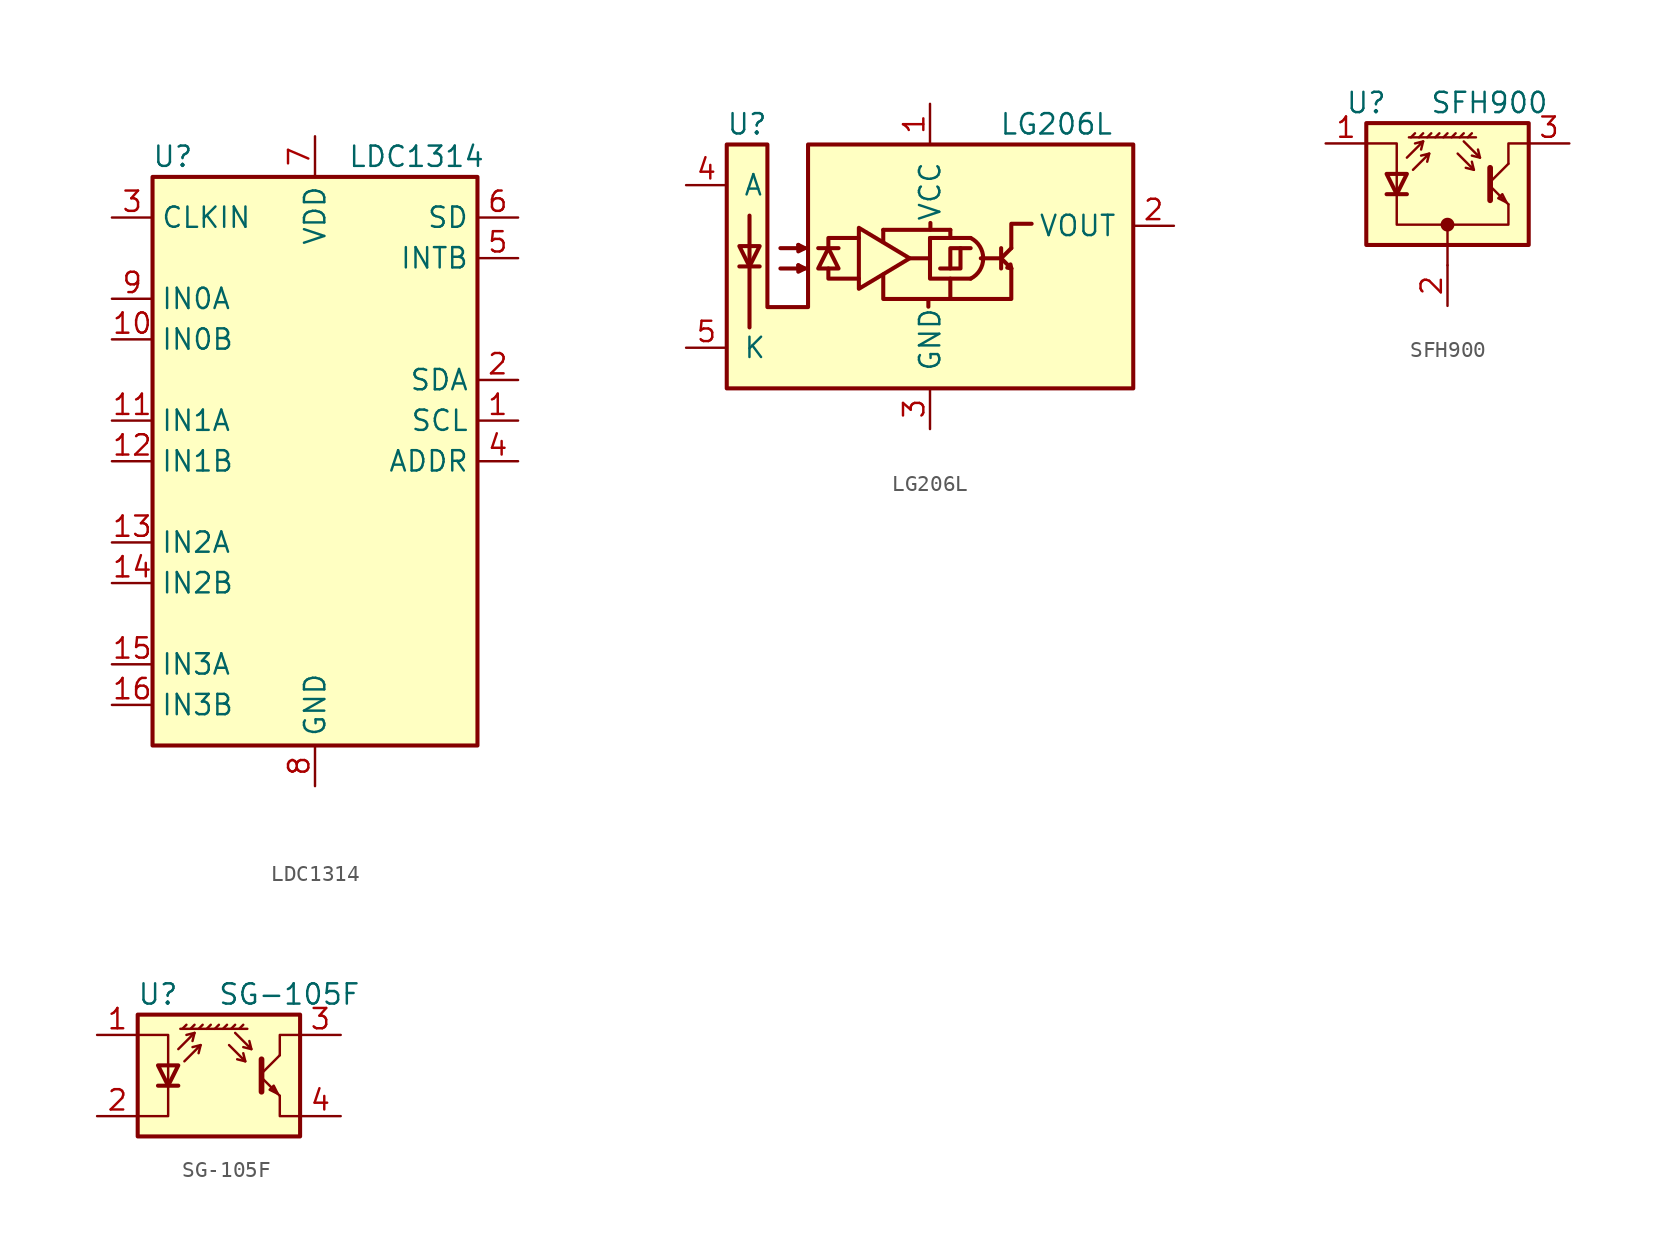
<source format=kicad_sym>
(kicad_symbol_lib
  (version 20211014)
  (generator kicad_symbol_editor)
  (symbol "LDC1314"
    (property "Reference" "U"
      (at -8.89 19.05 0)
      (effects (font (size 1.27 1.27))))
    (property "Value" "LDC1314"
      (at 6.35 19.05 0)
      (effects (font (size 1.27 1.27))))
    (symbol "LDC1314_0_1"
      (rectangle (start -10.16 -17.78) (end 10.16 17.78) (stroke (width 0.254) (type default) (color 0 0 0 0)) (fill (type background))))
    (symbol "LDC1314_1_1"
      (pin input line (at 12.7 2.54 180) (length 2.54) (name "SCL" (effects (font (size 1.27 1.27)))) (number "1" (effects (font (size 1.27 1.27)))))
      (pin input line (at -12.7 7.62 0) (length 2.54) (name "IN0B" (effects (font (size 1.27 1.27)))) (number "10" (effects (font (size 1.27 1.27)))))
      (pin input line (at -12.7 2.54 0) (length 2.54) (name "IN1A" (effects (font (size 1.27 1.27)))) (number "11" (effects (font (size 1.27 1.27)))))
      (pin input line (at -12.7 0 0) (length 2.54) (name "IN1B" (effects (font (size 1.27 1.27)))) (number "12" (effects (font (size 1.27 1.27)))))
      (pin input line (at -12.7 -5.08 0) (length 2.54) (name "IN2A" (effects (font (size 1.27 1.27)))) (number "13" (effects (font (size 1.27 1.27)))))
      (pin input line (at -12.7 -7.62 0) (length 2.54) (name "IN2B" (effects (font (size 1.27 1.27)))) (number "14" (effects (font (size 1.27 1.27)))))
      (pin input line (at -12.7 -12.7 0) (length 2.54) (name "IN3A" (effects (font (size 1.27 1.27)))) (number "15" (effects (font (size 1.27 1.27)))))
      (pin input line (at -12.7 -15.24 0) (length 2.54) (name "IN3B" (effects (font (size 1.27 1.27)))) (number "16" (effects (font (size 1.27 1.27)))))
      (pin passive line (at 0 -20.32 90) (length 2.54) hide (name "GND" (effects (font (size 1.27 1.27)))) (number "17" (effects (font (size 1.27 1.27)))))
      (pin bidirectional line (at 12.7 5.08 180) (length 2.54) (name "SDA" (effects (font (size 1.27 1.27)))) (number "2" (effects (font (size 1.27 1.27)))))
      (pin input line (at -12.7 15.24 0) (length 2.54) (name "CLKIN" (effects (font (size 1.27 1.27)))) (number "3" (effects (font (size 1.27 1.27)))))
      (pin input line (at 12.7 0 180) (length 2.54) (name "ADDR" (effects (font (size 1.27 1.27)))) (number "4" (effects (font (size 1.27 1.27)))))
      (pin open_collector line (at 12.7 12.7 180) (length 2.54) (name "INTB" (effects (font (size 1.27 1.27)))) (number "5" (effects (font (size 1.27 1.27)))))
      (pin input line (at 12.7 15.24 180) (length 2.54) (name "SD" (effects (font (size 1.27 1.27)))) (number "6" (effects (font (size 1.27 1.27)))))
      (pin power_in line (at 0 20.32 270) (length 2.54) (name "VDD" (effects (font (size 1.27 1.27)))) (number "7" (effects (font (size 1.27 1.27)))))
      (pin power_in line (at 0 -20.32 90) (length 2.54) (name "GND" (effects (font (size 1.27 1.27)))) (number "8" (effects (font (size 1.27 1.27)))))
      (pin input line (at -12.7 10.16 0) (length 2.54) (name "IN0A" (effects (font (size 1.27 1.27)))) (number "9" (effects (font (size 1.27 1.27)))))))
  (symbol "LG206L"
    (pin_names
      (offset 1.016))
    (property "Reference" "U"
      (at -11.43 8.89 0)
      (effects (font (size 1.27 1.27))))
    (property "Value" "LG206L"
      (at 4.318 8.89 0)
      (effects (font (size 1.27 1.27)) (justify left)))
    (symbol "LG206L_0_1"
      (polyline (pts (xy -11.913 0) (xy -10.643 0)) (stroke (width 0.254) (type default) (color 0 0 0 0)) (fill (type none)))
      (polyline (pts (xy -11.278 -3.81) (xy -11.278 3.175)) (stroke (width 0.254) (type default) (color 0 0 0 0)) (fill (type none)))
      (polyline (pts (xy -6.985 1.143) (xy -5.715 1.143)) (stroke (width 0.254) (type default) (color 0 0 0 0)) (fill (type none)))
      (polyline (pts (xy -2.921 1.524) (xy -2.921 2.286)) (stroke (width 0.254) (type default) (color 0 0 0 0)) (fill (type none)))
      (polyline (pts (xy -2.921 2.286) (xy 1.27 2.286)) (stroke (width 0.254) (type default) (color 0 0 0 0)) (fill (type none)))
      (polyline (pts (xy -1.27 0.508) (xy 0 0.508)) (stroke (width 0.254) (type default) (color 0 0 0 0)) (fill (type none)))
      (polyline (pts (xy -0.102 -2.515) (xy -0.102 -2.083)) (stroke (width 0.254) (type default) (color 0 0 0 0)) (fill (type none)))
      (polyline (pts (xy 0 1.778) (xy 2.54 1.778)) (stroke (width 0.254) (type default) (color 0 0 0 0)) (fill (type none)))
      (polyline (pts (xy 0.025 2.311) (xy 0.025 2.718)) (stroke (width 0.254) (type default) (color 0 0 0 0)) (fill (type none)))
      (polyline (pts (xy 1.27 1.93) (xy 1.27 2.286)) (stroke (width 0.254) (type default) (color 0 0 0 0)) (fill (type none)))
      (polyline (pts (xy 3.175 0.508) (xy 4.445 0.508)) (stroke (width 0.254) (type default) (color 0 0 0 0)) (fill (type none)))
      (polyline (pts (xy 4.445 0.508) (xy 5.08 -0.127)) (stroke (width 0.254) (type default) (color 0 0 0 0)) (fill (type none)))
      (polyline (pts (xy 4.445 0.508) (xy 5.08 1.143)) (stroke (width 0.254) (type default) (color 0 0 0 0)) (fill (type none)))
      (polyline (pts (xy 4.445 1.143) (xy 4.445 -0.127)) (stroke (width 0.254) (type default) (color 0 0 0 0)) (fill (type none)))
      (polyline (pts (xy -9.347 -0.127) (xy -7.823 -0.127) (xy -8.23 0.076)) (stroke (width 0.254) (type default) (color 0 0 0 0)) (fill (type none)))
      (polyline (pts (xy -9.347 1.143) (xy -7.823 1.143) (xy -8.23 1.346)) (stroke (width 0.254) (type default) (color 0 0 0 0)) (fill (type none)))
      (polyline (pts (xy -8.23 0.076) (xy -8.23 -0.33) (xy -7.823 -0.127)) (stroke (width 0.254) (type default) (color 0 0 0 0)) (fill (type none)))
      (polyline (pts (xy -8.23 1.346) (xy -8.23 0.94) (xy -7.823 1.143)) (stroke (width 0.254) (type default) (color 0 0 0 0)) (fill (type none)))
      (polyline (pts (xy -6.35 -0.127) (xy -6.35 -0.762) (xy -4.445 -0.762)) (stroke (width 0.254) (type default) (color 0 0 0 0)) (fill (type none)))
      (polyline (pts (xy -6.35 1.143) (xy -6.35 1.778) (xy -4.445 1.778)) (stroke (width 0.254) (type default) (color 0 0 0 0)) (fill (type none)))
      (polyline (pts (xy 0 1.778) (xy 0 -0.762) (xy 2.54 -0.762)) (stroke (width 0.254) (type default) (color 0 0 0 0)) (fill (type none)))
      (polyline (pts (xy 1.27 -2.032) (xy -2.921 -2.032) (xy -2.921 -0.508)) (stroke (width 0.254) (type default) (color 0 0 0 0)) (fill (type none)))
      (polyline (pts (xy 1.905 1.143) (xy 1.27 1.143) (xy 1.27 -0.127)) (stroke (width 0.254) (type default) (color 0 0 0 0)) (fill (type none)))
      (polyline (pts (xy 5.08 1.143) (xy 5.08 2.667) (xy 6.35 2.667)) (stroke (width 0.254) (type default) (color 0 0 0 0)) (fill (type none)))
      (polyline (pts (xy -11.913 1.27) (xy -10.643 1.27) (xy -11.278 0) (xy -11.913 1.27)) (stroke (width 0.254) (type default) (color 0 0 0 0)) (fill (type none)))
      (polyline (pts (xy -6.985 -0.127) (xy -5.715 -0.127) (xy -6.35 1.143) (xy -6.985 -0.127)) (stroke (width 0.254) (type default) (color 0 0 0 0)) (fill (type none)))
      (polyline (pts (xy -4.445 2.413) (xy -4.445 -1.397) (xy -1.27 0.508) (xy -4.445 2.413)) (stroke (width 0.254) (type default) (color 0 0 0 0)) (fill (type none)))
      (polyline (pts (xy 0.635 -0.127) (xy 1.905 -0.127) (xy 1.905 1.143) (xy 2.54 1.143)) (stroke (width 0.254) (type default) (color 0 0 0 0)) (fill (type none)))
      (polyline (pts (xy 1.27 -0.762) (xy 1.27 -2.032) (xy 5.08 -2.032) (xy 5.08 -0.127)) (stroke (width 0.254) (type default) (color 0 0 0 0)) (fill (type none)))
      (polyline (pts (xy 5.08 -0.127) (xy 4.826 -0.076) (xy 5.029 0.127) (xy 5.08 -0.127)) (stroke (width 0.254) (type default) (color 0 0 0 0)) (fill (type none)))
      (polyline (pts (xy -12.7 -7.62) (xy 12.7 -7.62) (xy 12.7 7.62) (xy -7.62 7.62) (xy -7.62 -2.54) (xy -10.16 -2.54) (xy -10.16 7.62) (xy -12.7 7.62) (xy -12.7 -7.62)) (stroke (width 0.254) (type default) (color 0 0 0 0)) (fill (type background)))
      (arc (start 2.54 -0.762) (mid 3.3249 0.508) (end 2.54 1.778) (stroke (width 0.254) (type default) (color 0 0 0 0)) (fill (type none))))
    (symbol "LG206L_1_1"
      (pin power_in line (at 0 10.16 270) (length 2.54) (name "VCC" (effects (font (size 1.27 1.27)))) (number "1" (effects (font (size 1.27 1.27)))))
      (pin open_collector line (at 15.24 2.54 180) (length 2.54) (name "VOUT" (effects (font (size 1.27 1.27)))) (number "2" (effects (font (size 1.27 1.27)))))
      (pin power_in line (at 0 -10.16 90) (length 2.54) (name "GND" (effects (font (size 1.27 1.27)))) (number "3" (effects (font (size 1.27 1.27)))))
      (pin passive line (at -15.24 5.08 0) (length 2.54) (name "A" (effects (font (size 1.27 1.27)))) (number "4" (effects (font (size 1.27 1.27)))))
      (pin passive line (at -15.24 -5.08 0) (length 2.54) (name "K" (effects (font (size 1.27 1.27)))) (number "5" (effects (font (size 1.27 1.27)))))))
  (symbol "SFH900"
    (pin_names
      (offset 1.016) hide)
    (property "Reference" "U"
      (at -5.08 5.08 0)
      (effects (font (size 1.27 1.27))))
    (property "Value" "SFH900"
      (at 6.35 5.08 0)
      (effects (font (size 1.27 1.27)) (justify right)))
    (symbol "SFH900_0_1"
      (circle (center 0 -2.54) (radius 0.356) (stroke (width 0) (type default) (color 0 0 0 0)) (fill (type outline)))
      (polyline (pts (xy -3.81 -0.635) (xy -2.54 -0.635)) (stroke (width 0.254) (type default) (color 0 0 0 0)) (fill (type none)))
      (polyline (pts (xy -2.286 2.921) (xy -2.032 3.175)) (stroke (width 0) (type default) (color 0 0 0 0)) (fill (type none)))
      (polyline (pts (xy -1.778 2.921) (xy -1.524 3.175)) (stroke (width 0) (type default) (color 0 0 0 0)) (fill (type none)))
      (polyline (pts (xy -1.524 2.667) (xy -1.651 2.159)) (stroke (width 0) (type default) (color 0 0 0 0)) (fill (type none)))
      (polyline (pts (xy -1.27 2.921) (xy -1.016 3.175)) (stroke (width 0) (type default) (color 0 0 0 0)) (fill (type none)))
      (polyline (pts (xy -1.143 1.905) (xy -1.27 1.397)) (stroke (width 0) (type default) (color 0 0 0 0)) (fill (type none)))
      (polyline (pts (xy -0.762 2.921) (xy -0.508 3.175)) (stroke (width 0) (type default) (color 0 0 0 0)) (fill (type none)))
      (polyline (pts (xy -0.254 2.921) (xy 0 3.175)) (stroke (width 0) (type default) (color 0 0 0 0)) (fill (type none)))
      (polyline (pts (xy 0 -2.54) (xy 0 -5.08)) (stroke (width 0) (type default) (color 0 0 0 0)) (fill (type none)))
      (polyline (pts (xy 0.254 2.921) (xy 0.508 3.175)) (stroke (width 0) (type default) (color 0 0 0 0)) (fill (type none)))
      (polyline (pts (xy 0.762 2.921) (xy 1.016 3.175)) (stroke (width 0) (type default) (color 0 0 0 0)) (fill (type none)))
      (polyline (pts (xy 1.27 2.921) (xy 1.524 3.175)) (stroke (width 0) (type default) (color 0 0 0 0)) (fill (type none)))
      (polyline (pts (xy 1.651 0.889) (xy 1.143 1.016)) (stroke (width 0) (type default) (color 0 0 0 0)) (fill (type none)))
      (polyline (pts (xy 1.778 2.921) (xy -2.413 2.921)) (stroke (width 0) (type default) (color 0 0 0 0)) (fill (type none)))
      (polyline (pts (xy 2.032 1.651) (xy 1.524 1.778)) (stroke (width 0) (type default) (color 0 0 0 0)) (fill (type none)))
      (polyline (pts (xy 2.667 -0.127) (xy 3.81 -1.27)) (stroke (width 0) (type default) (color 0 0 0 0)) (fill (type none)))
      (polyline (pts (xy 2.667 0.127) (xy 3.81 1.27)) (stroke (width 0) (type default) (color 0 0 0 0)) (fill (type none)))
      (polyline (pts (xy -2.54 1.651) (xy -1.524 2.667) (xy -2.032 2.54)) (stroke (width 0) (type default) (color 0 0 0 0)) (fill (type none)))
      (polyline (pts (xy -2.159 0.889) (xy -1.143 1.905) (xy -1.651 1.778)) (stroke (width 0) (type default) (color 0 0 0 0)) (fill (type none)))
      (polyline (pts (xy 0.635 1.905) (xy 1.651 0.889) (xy 1.524 1.397)) (stroke (width 0) (type default) (color 0 0 0 0)) (fill (type none)))
      (polyline (pts (xy 1.016 2.667) (xy 2.032 1.651) (xy 1.905 2.159)) (stroke (width 0) (type default) (color 0 0 0 0)) (fill (type none)))
      (polyline (pts (xy 2.667 1.016) (xy 2.667 -1.016) (xy 2.667 -1.016)) (stroke (width 0.356) (type default) (color 0 0 0 0)) (fill (type none)))
      (polyline (pts (xy 3.81 1.27) (xy 3.81 2.54) (xy 5.08 2.54)) (stroke (width 0) (type default) (color 0 0 0 0)) (fill (type none)))
      (polyline (pts (xy -3.175 -0.635) (xy -3.81 0.635) (xy -2.54 0.635) (xy -3.175 -0.635)) (stroke (width 0.254) (type default) (color 0 0 0 0)) (fill (type none)))
      (polyline (pts (xy 3.683 -1.143) (xy 3.429 -0.635) (xy 3.175 -0.889) (xy 3.683 -1.143)) (stroke (width 0) (type default) (color 0 0 0 0)) (fill (type none)))
      (polyline (pts (xy -5.08 -3.81) (xy 5.08 -3.81) (xy 5.08 3.81) (xy -5.08 3.81) (xy -5.08 -3.81)) (stroke (width 0.254) (type default) (color 0 0 0 0)) (fill (type background)))
      (polyline (pts (xy -5.08 2.54) (xy -3.175 2.54) (xy -3.175 -2.54) (xy 3.81 -2.54) (xy 3.81 -1.27)) (stroke (width 0) (type default) (color 0 0 0 0)) (fill (type none))))
    (symbol "SFH900_1_1"
      (pin passive line (at -7.62 2.54 0) (length 2.54) (name "A" (effects (font (size 1.27 1.27)))) (number "1" (effects (font (size 1.27 1.27)))))
      (pin passive line (at 0 -7.62 90) (length 2.54) (name "K" (effects (font (size 1.27 1.27)))) (number "2" (effects (font (size 1.27 1.27)))))
      (pin open_collector line (at 7.62 2.54 180) (length 2.54) (name "C" (effects (font (size 1.27 1.27)))) (number "3" (effects (font (size 1.27 1.27)))))))
  (symbol "SG-105F"
    (pin_names
      (offset 1.016) hide)
    (property "Reference" "U"
      (at -3.81 5.08 0)
      (effects (font (size 1.27 1.27))))
    (property "Value" "SG-105F"
      (at 8.89 5.08 0)
      (effects (font (size 1.27 1.27)) (justify right)))
    (symbol "SG-105F_0_1"
      (polyline (pts (xy -3.81 -0.635) (xy -2.54 -0.635)) (stroke (width 0.254) (type default) (color 0 0 0 0)) (fill (type none)))
      (polyline (pts (xy -2.286 2.921) (xy -2.032 3.175)) (stroke (width 0) (type default) (color 0 0 0 0)) (fill (type none)))
      (polyline (pts (xy -1.778 2.921) (xy -1.524 3.175)) (stroke (width 0) (type default) (color 0 0 0 0)) (fill (type none)))
      (polyline (pts (xy -1.524 2.667) (xy -1.651 2.159)) (stroke (width 0) (type default) (color 0 0 0 0)) (fill (type none)))
      (polyline (pts (xy -1.27 2.921) (xy -1.016 3.175)) (stroke (width 0) (type default) (color 0 0 0 0)) (fill (type none)))
      (polyline (pts (xy -1.143 1.905) (xy -1.27 1.397)) (stroke (width 0) (type default) (color 0 0 0 0)) (fill (type none)))
      (polyline (pts (xy -0.762 2.921) (xy -0.508 3.175)) (stroke (width 0) (type default) (color 0 0 0 0)) (fill (type none)))
      (polyline (pts (xy -0.254 2.921) (xy 0 3.175)) (stroke (width 0) (type default) (color 0 0 0 0)) (fill (type none)))
      (polyline (pts (xy 0.254 2.921) (xy 0.508 3.175)) (stroke (width 0) (type default) (color 0 0 0 0)) (fill (type none)))
      (polyline (pts (xy 0.762 2.921) (xy 1.016 3.175)) (stroke (width 0) (type default) (color 0 0 0 0)) (fill (type none)))
      (polyline (pts (xy 1.27 2.921) (xy 1.524 3.175)) (stroke (width 0) (type default) (color 0 0 0 0)) (fill (type none)))
      (polyline (pts (xy 1.651 0.889) (xy 1.143 1.016)) (stroke (width 0) (type default) (color 0 0 0 0)) (fill (type none)))
      (polyline (pts (xy 1.778 2.921) (xy -2.413 2.921)) (stroke (width 0) (type default) (color 0 0 0 0)) (fill (type none)))
      (polyline (pts (xy 2.032 1.651) (xy 1.524 1.778)) (stroke (width 0) (type default) (color 0 0 0 0)) (fill (type none)))
      (polyline (pts (xy 2.667 -0.127) (xy 3.81 -1.27)) (stroke (width 0) (type default) (color 0 0 0 0)) (fill (type none)))
      (polyline (pts (xy 2.667 0.127) (xy 3.81 1.27)) (stroke (width 0) (type default) (color 0 0 0 0)) (fill (type none)))
      (polyline (pts (xy -2.54 1.651) (xy -1.524 2.667) (xy -2.032 2.54)) (stroke (width 0) (type default) (color 0 0 0 0)) (fill (type none)))
      (polyline (pts (xy -2.159 0.889) (xy -1.143 1.905) (xy -1.651 1.778)) (stroke (width 0) (type default) (color 0 0 0 0)) (fill (type none)))
      (polyline (pts (xy 0.635 1.905) (xy 1.651 0.889) (xy 1.524 1.397)) (stroke (width 0) (type default) (color 0 0 0 0)) (fill (type none)))
      (polyline (pts (xy 1.016 2.667) (xy 2.032 1.651) (xy 1.905 2.159)) (stroke (width 0) (type default) (color 0 0 0 0)) (fill (type none)))
      (polyline (pts (xy 2.667 1.016) (xy 2.667 -1.016) (xy 2.667 -1.016)) (stroke (width 0.356) (type default) (color 0 0 0 0)) (fill (type none)))
      (polyline (pts (xy 3.81 -1.27) (xy 3.81 -2.54) (xy 5.08 -2.54)) (stroke (width 0) (type default) (color 0 0 0 0)) (fill (type none)))
      (polyline (pts (xy 3.81 1.27) (xy 3.81 2.54) (xy 5.08 2.54)) (stroke (width 0) (type default) (color 0 0 0 0)) (fill (type none)))
      (polyline (pts (xy -5.08 -2.54) (xy -3.175 -2.54) (xy -3.175 2.54) (xy -5.08 2.54)) (stroke (width 0) (type default) (color 0 0 0 0)) (fill (type none)))
      (polyline (pts (xy -3.175 -0.635) (xy -3.81 0.635) (xy -2.54 0.635) (xy -3.175 -0.635)) (stroke (width 0.254) (type default) (color 0 0 0 0)) (fill (type none)))
      (polyline (pts (xy 3.683 -1.143) (xy 3.429 -0.635) (xy 3.175 -0.889) (xy 3.683 -1.143)) (stroke (width 0) (type default) (color 0 0 0 0)) (fill (type none)))
      (polyline (pts (xy -5.08 -3.81) (xy 5.08 -3.81) (xy 5.08 3.81) (xy -5.08 3.81) (xy -5.08 -3.81)) (stroke (width 0.254) (type default) (color 0 0 0 0)) (fill (type background))))
    (symbol "SG-105F_1_1"
      (pin passive line (at -7.62 2.54 0) (length 2.54) (name "A" (effects (font (size 1.27 1.27)))) (number "1" (effects (font (size 1.27 1.27)))))
      (pin passive line (at -7.62 -2.54 0) (length 2.54) (name "K" (effects (font (size 1.27 1.27)))) (number "2" (effects (font (size 1.27 1.27)))))
      (pin open_collector line (at 7.62 2.54 180) (length 2.54) (name "C" (effects (font (size 1.27 1.27)))) (number "3" (effects (font (size 1.27 1.27)))))
      (pin open_emitter line (at 7.62 -2.54 180) (length 2.54) (name "E" (effects (font (size 1.27 1.27)))) (number "4" (effects (font (size 1.27 1.27))))))))
</source>
